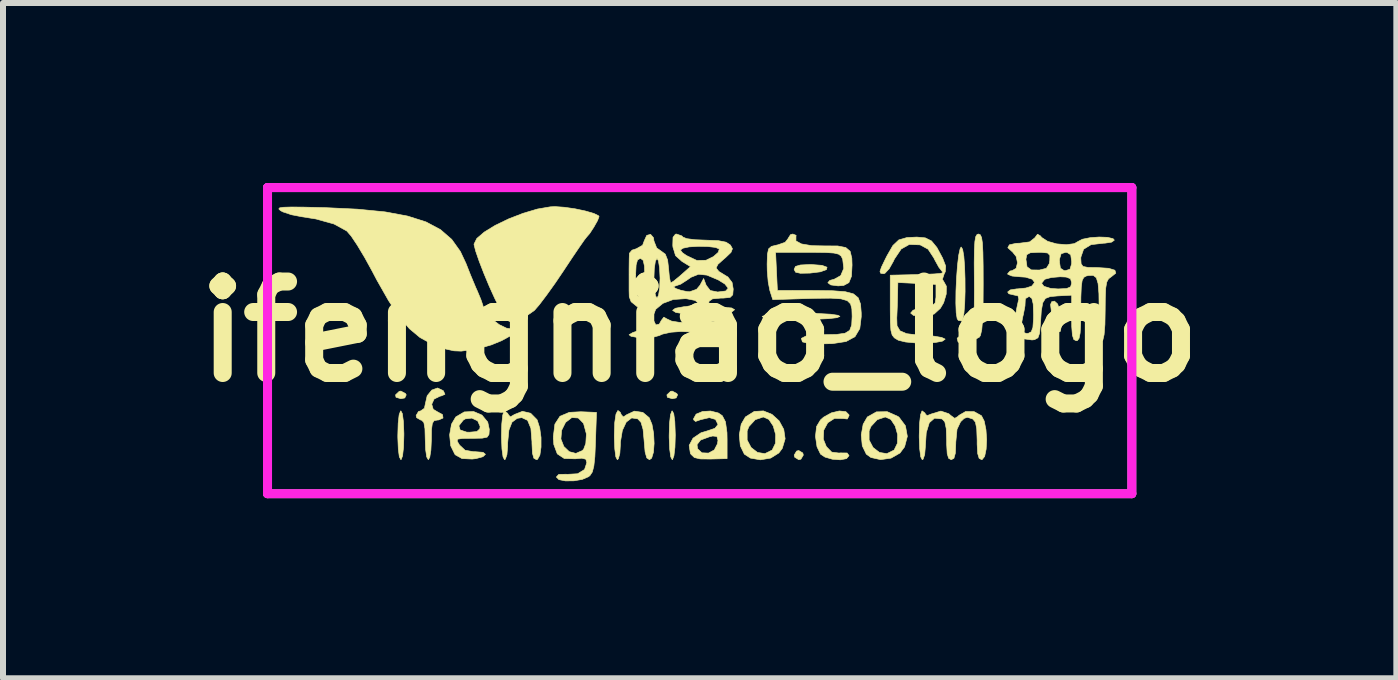
<source format=kicad_pcb>
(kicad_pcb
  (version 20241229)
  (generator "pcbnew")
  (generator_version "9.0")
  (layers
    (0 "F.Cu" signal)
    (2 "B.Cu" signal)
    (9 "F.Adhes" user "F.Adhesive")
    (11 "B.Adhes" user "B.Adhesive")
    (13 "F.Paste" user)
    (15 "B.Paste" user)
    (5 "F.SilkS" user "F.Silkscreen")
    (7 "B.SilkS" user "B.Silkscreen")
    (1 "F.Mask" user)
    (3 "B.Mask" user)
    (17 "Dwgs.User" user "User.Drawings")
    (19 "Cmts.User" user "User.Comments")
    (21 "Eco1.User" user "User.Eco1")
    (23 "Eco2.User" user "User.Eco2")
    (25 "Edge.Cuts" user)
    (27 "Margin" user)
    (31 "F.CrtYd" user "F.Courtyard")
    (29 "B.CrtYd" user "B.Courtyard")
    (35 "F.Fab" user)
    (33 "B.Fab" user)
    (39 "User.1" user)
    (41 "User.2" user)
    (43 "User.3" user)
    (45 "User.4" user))
  (footprint "ifengniao_logo"
    (layer "F.Cu")
    (at 8.607 2.475)
    (property "Reference" "ifengniao_logo" (at 0 0 0) (layer "F.SilkS") (effects (font (size 1.524 1.524) (thickness 0.3))))
    (attr through_hole)
    (fp_poly (pts (xy -4.902 1.031) (xy -4.889 1.054) (xy -4.913 1.105) (xy -4.978 1.118) (xy -5.059 1.094) (xy -5.067 1.054) (xy -5.005 0.995) (xy -4.978 0.991) (xy -4.902 1.031)) (stroke (width 0.01) (type solid)) (fill yes) (layer "F.SilkS"))
    (fp_poly (pts (xy -0.381 1.031) (xy -0.368 1.054) (xy -0.392 1.105) (xy -0.457 1.118) (xy -0.538 1.094) (xy -0.546 1.054) (xy -0.484 0.995) (xy -0.457 0.991) (xy -0.381 1.031)) (stroke (width 0.01) (type solid)) (fill yes) (layer "F.SilkS"))
    (fp_poly (pts (xy 1.718 2.022) (xy 1.727 2.057) (xy 1.687 2.125) (xy 1.651 2.134) (xy 1.584 2.093) (xy 1.575 2.057) (xy 1.615 1.99) (xy 1.651 1.981) (xy 1.718 2.022)) (stroke (width 0.01) (type solid)) (fill yes) (layer "F.SilkS"))
    (fp_poly (pts (xy 5.965 -0.459) (xy 6.005 -0.321) (xy 6.013 -0.27) (xy 6.025 -0.1) (xy 6.01 -0.005) (xy 5.975 0.007) (xy 5.93 -0.071) (xy 5.9 -0.172) (xy 5.858 -0.35) (xy 5.846 -0.452) (xy 5.865 -0.498) (xy 5.911 -0.508) (xy 5.965 -0.459)) (stroke (width 0.01) (type solid)) (fill yes) (layer "F.SilkS"))
    (fp_poly (pts (xy 2.038 -1.104) (xy 2.122 -1.073) (xy 2.112 -1.033) (xy 2.01 -0.996) (xy 1.838 -0.975) (xy 1.679 -0.972) (xy 1.598 -0.99) (xy 1.575 -1.034) (xy 1.575 -1.039) (xy 1.597 -1.086) (xy 1.678 -1.11) (xy 1.838 -1.118) (xy 1.858 -1.118) (xy 2.038 -1.104)) (stroke (width 0.01) (type solid)) (fill yes) (layer "F.SilkS"))
    (fp_poly (pts (xy -4.953 1.368) (xy -4.936 1.498) (xy -4.928 1.691) (xy -4.928 1.727) (xy -4.934 1.928) (xy -4.95 2.07) (xy -4.974 2.132) (xy -4.978 2.134) (xy -5.004 2.086) (xy -5.021 1.956) (xy -5.029 1.764) (xy -5.029 1.727) (xy -5.023 1.526) (xy -5.007 1.385) (xy -4.983 1.322) (xy -4.978 1.321) (xy -4.953 1.368)) (stroke (width 0.01) (type solid)) (fill yes) (layer "F.SilkS"))
    (fp_poly (pts (xy -0.432 1.368) (xy -0.414 1.498) (xy -0.407 1.691) (xy -0.406 1.727) (xy -0.412 1.928) (xy -0.429 2.07) (xy -0.453 2.132) (xy -0.457 2.134) (xy -0.482 2.086) (xy -0.5 1.956) (xy -0.508 1.764) (xy -0.508 1.727) (xy -0.502 1.526) (xy -0.486 1.385) (xy -0.462 1.322) (xy -0.457 1.321) (xy -0.432 1.368)) (stroke (width 0.01) (type solid)) (fill yes) (layer "F.SilkS"))
    (fp_poly (pts (xy 1.979 -0.301) (xy 2.183 -0.29) (xy 2.305 -0.272) (xy 2.337 -0.254) (xy 2.288 -0.232) (xy 2.148 -0.216) (xy 1.927 -0.206) (xy 1.673 -0.203) (xy 1.378 -0.207) (xy 1.172 -0.218) (xy 1.06 -0.235) (xy 1.041 -0.254) (xy 1.103 -0.275) (xy 1.249 -0.291) (xy 1.463 -0.301) (xy 1.705 -0.305) (xy 1.979 -0.301)) (stroke (width 0.01) (type solid)) (fill yes) (layer "F.SilkS"))
    (fp_poly (pts (xy 4.381 -1.372) (xy 4.401 -1.256) (xy 4.414 -1.085) (xy 4.421 -0.881) (xy 4.422 -0.668) (xy 4.416 -0.468) (xy 4.403 -0.305) (xy 4.383 -0.201) (xy 4.368 -0.178) (xy 4.309 -0.187) (xy 4.29 -0.216) (xy 4.274 -0.313) (xy 4.268 -0.475) (xy 4.27 -0.676) (xy 4.28 -0.892) (xy 4.295 -1.097) (xy 4.315 -1.269) (xy 4.339 -1.38) (xy 4.356 -1.41) (xy 4.381 -1.372)) (stroke (width 0.01) (type solid)) (fill yes) (layer "F.SilkS"))
    (fp_poly (pts (xy 2.435 1.333) (xy 2.488 1.386) (xy 2.489 1.4) (xy 2.46 1.456) (xy 2.39 1.448) (xy 2.246 1.446) (xy 2.134 1.518) (xy 2.067 1.642) (xy 2.06 1.791) (xy 2.11 1.915) (xy 2.2 2.008) (xy 2.321 2.023) (xy 2.341 2.021) (xy 2.457 2.022) (xy 2.489 2.066) (xy 2.447 2.116) (xy 2.343 2.136) (xy 2.211 2.126) (xy 2.087 2.09) (xy 2.014 2.041) (xy 1.955 1.919) (xy 1.93 1.748) (xy 1.93 1.74) (xy 1.948 1.58) (xy 2.013 1.472) (xy 2.064 1.426) (xy 2.193 1.354) (xy 2.326 1.322) (xy 2.435 1.333)) (stroke (width 0.01) (type solid)) (fill yes) (layer "F.SilkS"))
    (fp_poly (pts (xy 4.676 -1.613) (xy 4.697 -1.567) (xy 4.711 -1.474) (xy 4.719 -1.319) (xy 4.723 -1.09) (xy 4.724 -0.794) (xy 4.722 -0.452) (xy 4.714 -0.201) (xy 4.7 -0.033) (xy 4.678 0.063) (xy 4.661 0.091) (xy 4.559 0.147) (xy 4.434 0.182) (xy 4.332 0.186) (xy 4.305 0.173) (xy 4.29 0.11) (xy 4.351 0.062) (xy 4.42 0.051) (xy 4.517 0.024) (xy 4.55 -0.005) (xy 4.561 -0.073) (xy 4.57 -0.223) (xy 4.575 -0.437) (xy 4.577 -0.696) (xy 4.576 -0.843) (xy 4.574 -1.145) (xy 4.577 -1.359) (xy 4.585 -1.5) (xy 4.599 -1.581) (xy 4.622 -1.619) (xy 4.646 -1.626) (xy 4.676 -1.613)) (stroke (width 0.01) (type solid)) (fill yes) (layer "F.SilkS"))
    (fp_poly (pts (xy 1.205 1.379) (xy 1.323 1.486) (xy 1.401 1.628) (xy 1.424 1.786) (xy 1.376 1.946) (xy 1.319 2.022) (xy 1.183 2.107) (xy 1.011 2.136) (xy 0.845 2.107) (xy 0.744 2.041) (xy 0.677 1.902) (xy 0.66 1.721) (xy 0.672 1.655) (xy 0.791 1.655) (xy 0.791 1.806) (xy 0.857 1.931) (xy 0.963 2.013) (xy 1.087 2.033) (xy 1.206 1.974) (xy 1.209 1.971) (xy 1.263 1.86) (xy 1.266 1.716) (xy 1.226 1.573) (xy 1.153 1.463) (xy 1.06 1.422) (xy 0.926 1.467) (xy 0.821 1.581) (xy 0.791 1.655) (xy 0.672 1.655) (xy 0.692 1.543) (xy 0.762 1.422) (xy 0.909 1.33) (xy 1.062 1.321) (xy 1.205 1.379)) (stroke (width 0.01) (type solid)) (fill yes) (layer "F.SilkS"))
    (fp_poly (pts (xy 3.303 1.413) (xy 3.321 1.426) (xy 3.428 1.569) (xy 3.46 1.745) (xy 3.414 1.92) (xy 3.337 2.023) (xy 3.188 2.108) (xy 3.014 2.133) (xy 2.853 2.097) (xy 2.776 2.041) (xy 2.709 1.902) (xy 2.692 1.721) (xy 2.704 1.655) (xy 2.823 1.655) (xy 2.823 1.806) (xy 2.889 1.931) (xy 2.995 2.013) (xy 3.119 2.033) (xy 3.238 1.974) (xy 3.241 1.971) (xy 3.295 1.86) (xy 3.298 1.716) (xy 3.258 1.573) (xy 3.185 1.463) (xy 3.092 1.422) (xy 2.958 1.467) (xy 2.853 1.581) (xy 2.823 1.655) (xy 2.704 1.655) (xy 2.724 1.543) (xy 2.794 1.422) (xy 2.945 1.337) (xy 3.125 1.334) (xy 3.303 1.413)) (stroke (width 0.01) (type solid)) (fill yes) (layer "F.SilkS"))
    (fp_poly (pts (xy -1.323 1.344) (xy -1.306 1.384) (xy -1.272 1.422) (xy -1.215 1.384) (xy -1.088 1.325) (xy -0.947 1.346) (xy -0.841 1.434) (xy -0.795 1.544) (xy -0.767 1.697) (xy -0.759 1.862) (xy -0.77 2.009) (xy -0.8 2.108) (xy -0.836 2.134) (xy -0.881 2.104) (xy -0.909 2.006) (xy -0.925 1.822) (xy -0.925 1.821) (xy -0.943 1.628) (xy -0.977 1.512) (xy -1.032 1.453) (xy -1.133 1.438) (xy -1.223 1.507) (xy -1.288 1.646) (xy -1.32 1.837) (xy -1.321 1.885) (xy -1.33 2.028) (xy -1.354 2.118) (xy -1.372 2.134) (xy -1.397 2.086) (xy -1.414 1.956) (xy -1.422 1.764) (xy -1.422 1.727) (xy -1.415 1.514) (xy -1.394 1.373) (xy -1.362 1.314) (xy -1.323 1.344)) (stroke (width 0.01) (type solid)) (fill yes) (layer "F.SilkS"))
    (fp_poly (pts (xy -4.275 0.982) (xy -4.268 0.99) (xy -4.244 1.045) (xy -4.307 1.072) (xy -4.328 1.076) (xy -4.425 1.124) (xy -4.464 1.21) (xy -4.439 1.294) (xy -4.371 1.335) (xy -4.284 1.383) (xy -4.276 1.44) (xy -4.349 1.472) (xy -4.369 1.473) (xy -4.424 1.483) (xy -4.454 1.529) (xy -4.468 1.633) (xy -4.47 1.803) (xy -4.478 1.976) (xy -4.497 2.094) (xy -4.521 2.134) (xy -4.548 2.087) (xy -4.566 1.963) (xy -4.572 1.803) (xy -4.577 1.618) (xy -4.595 1.515) (xy -4.631 1.476) (xy -4.648 1.473) (xy -4.716 1.433) (xy -4.724 1.397) (xy -4.684 1.33) (xy -4.648 1.321) (xy -4.586 1.277) (xy -4.571 1.206) (xy -4.54 1.069) (xy -4.463 0.974) (xy -4.367 0.939) (xy -4.275 0.982)) (stroke (width 0.01) (type solid)) (fill yes) (layer "F.SilkS"))
    (fp_poly (pts (xy -3.199 1.361) (xy -3.187 1.384) (xy -3.154 1.421) (xy -3.084 1.38) (xy -2.952 1.328) (xy -2.816 1.36) (xy -2.711 1.466) (xy -2.707 1.473) (xy -2.665 1.604) (xy -2.643 1.764) (xy -2.643 1.925) (xy -2.662 2.057) (xy -2.701 2.128) (xy -2.718 2.134) (xy -2.762 2.11) (xy -2.786 2.026) (xy -2.794 1.862) (xy -2.794 1.835) (xy -2.812 1.611) (xy -2.867 1.478) (xy -2.963 1.433) (xy -3.04 1.445) (xy -3.127 1.509) (xy -3.178 1.64) (xy -3.199 1.854) (xy -3.2 1.918) (xy -3.211 2.05) (xy -3.238 2.126) (xy -3.251 2.134) (xy -3.276 2.086) (xy -3.294 1.956) (xy -3.302 1.764) (xy -3.302 1.727) (xy -3.297 1.538) (xy -3.282 1.396) (xy -3.262 1.325) (xy -3.255 1.321) (xy -3.199 1.361)) (stroke (width 0.01) (type solid)) (fill yes) (layer "F.SilkS"))
    (fp_poly (pts (xy -2.254 -2.072) (xy -2.074 -2.046) (xy -1.901 -2.009) (xy -1.761 -1.968) (xy -1.684 -1.93) (xy -1.676 -1.917) (xy -1.702 -1.849) (xy -1.763 -1.741) (xy -1.832 -1.635) (xy -1.884 -1.575) (xy -1.923 -1.525) (xy -2.005 -1.407) (xy -2.119 -1.239) (xy -2.253 -1.037) (xy -2.26 -1.026) (xy -2.408 -0.807) (xy -2.552 -0.606) (xy -2.674 -0.445) (xy -2.754 -0.353) (xy -2.924 -0.234) (xy -3.092 -0.208) (xy -3.245 -0.278) (xy -3.286 -0.318) (xy -3.341 -0.405) (xy -3.417 -0.56) (xy -3.506 -0.757) (xy -3.595 -0.97) (xy -3.674 -1.174) (xy -3.732 -1.342) (xy -3.759 -1.448) (xy -3.759 -1.459) (xy -3.713 -1.552) (xy -3.588 -1.659) (xy -3.405 -1.771) (xy -3.183 -1.878) (xy -2.943 -1.971) (xy -2.705 -2.042) (xy -2.489 -2.079) (xy -2.411 -2.083) (xy -2.254 -2.072)) (stroke (width 0.01) (type solid)) (fill yes) (layer "F.SilkS"))
    (fp_poly (pts (xy 0.312 1.356) (xy 0.377 1.401) (xy 0.43 1.503) (xy 0.455 1.683) (xy 0.457 1.798) (xy 0.457 2.116) (xy 0.179 2.123) (xy 0.009 2.121) (xy -0.088 2.098) (xy -0.144 2.045) (xy -0.155 2.027) (xy -0.175 1.897) (xy -0.168 1.883) (xy -0.044 1.883) (xy -0.034 1.952) (xy 0.037 2.019) (xy 0.147 2.024) (xy 0.244 1.971) (xy 0.296 1.87) (xy 0.305 1.813) (xy 0.288 1.747) (xy 0.218 1.739) (xy 0.165 1.751) (xy 0.014 1.807) (xy -0.044 1.883) (xy -0.168 1.883) (xy -0.111 1.776) (xy 0.023 1.685) (xy 0.124 1.655) (xy 0.254 1.611) (xy 0.305 1.548) (xy 0.305 1.546) (xy 0.264 1.463) (xy 0.161 1.433) (xy 0.024 1.465) (xy 0.022 1.465) (xy -0.069 1.497) (xy -0.1 1.47) (xy -0.102 1.452) (xy -0.059 1.375) (xy 0.047 1.331) (xy 0.182 1.323) (xy 0.312 1.356)) (stroke (width 0.01) (type solid)) (fill yes) (layer "F.SilkS"))
    (fp_poly (pts (xy -3.627 1.391) (xy -3.531 1.507) (xy -3.505 1.628) (xy -3.51 1.713) (xy -3.541 1.758) (xy -3.622 1.775) (xy -3.779 1.778) (xy -3.791 1.778) (xy -3.952 1.78) (xy -4.029 1.791) (xy -4.041 1.823) (xy -4.005 1.884) (xy -3.999 1.892) (xy -3.909 1.976) (xy -3.77 2.001) (xy -3.737 2.001) (xy -3.609 2.011) (xy -3.569 2.044) (xy -3.611 2.084) (xy -3.727 2.116) (xy -3.791 2.123) (xy -3.96 2.115) (xy -4.069 2.054) (xy -4.079 2.043) (xy -4.148 1.902) (xy -4.166 1.72) (xy -4.139 1.569) (xy -4.012 1.569) (xy -3.99 1.639) (xy -3.88 1.675) (xy -3.835 1.676) (xy -3.712 1.665) (xy -3.663 1.62) (xy -3.658 1.578) (xy -3.699 1.487) (xy -3.796 1.441) (xy -3.906 1.454) (xy -3.939 1.475) (xy -4.012 1.569) (xy -4.139 1.569) (xy -4.134 1.541) (xy -4.064 1.422) (xy -3.922 1.338) (xy -3.767 1.331) (xy -3.627 1.391)) (stroke (width 0.01) (type solid)) (fill yes) (layer "F.SilkS"))
    (fp_poly (pts (xy -1.719 1.346) (xy -1.736 1.846) (xy -1.746 2.083) (xy -1.763 2.24) (xy -1.788 2.338) (xy -1.827 2.397) (xy -1.851 2.417) (xy -1.956 2.462) (xy -2.096 2.486) (xy -2.237 2.487) (xy -2.345 2.466) (xy -2.388 2.423) (xy -2.348 2.379) (xy -2.224 2.376) (xy -2.209 2.378) (xy -2.033 2.368) (xy -1.918 2.297) (xy -1.88 2.183) (xy -1.896 2.126) (xy -1.963 2.109) (xy -2.074 2.119) (xy -2.256 2.114) (xy -2.372 2.037) (xy -2.43 1.882) (xy -2.436 1.789) (xy -2.312 1.789) (xy -2.263 1.914) (xy -2.173 2) (xy -2.064 2.029) (xy -1.956 1.983) (xy -1.933 1.959) (xy -1.897 1.863) (xy -1.888 1.721) (xy -1.889 1.698) (xy -1.935 1.528) (xy -2.023 1.439) (xy -2.13 1.432) (xy -2.234 1.512) (xy -2.3 1.644) (xy -2.312 1.789) (xy -2.436 1.789) (xy -2.438 1.749) (xy -2.412 1.541) (xy -2.327 1.41) (xy -2.172 1.345) (xy -1.979 1.335) (xy -1.719 1.346)) (stroke (width 0.01) (type solid)) (fill yes) (layer "F.SilkS"))
    (fp_poly (pts (xy -6.594 -2.074) (xy -6.299 -2.067) (xy -6.248 -2.066) (xy -5.699 -2.04) (xy -5.241 -1.995) (xy -4.865 -1.925) (xy -4.56 -1.828) (xy -4.319 -1.7) (xy -4.131 -1.537) (xy -3.987 -1.335) (xy -3.893 -1.135) (xy -3.815 -0.937) (xy -3.73 -0.734) (xy -3.703 -0.674) (xy -3.645 -0.535) (xy -3.611 -0.435) (xy -3.607 -0.412) (xy -3.566 -0.322) (xy -3.467 -0.214) (xy -3.341 -0.117) (xy -3.22 -0.058) (xy -3.177 -0.051) (xy -3.087 -0.035) (xy -3.074 0.000361) (xy -3.154 0.071) (xy -3.298 0.15) (xy -3.471 0.221) (xy -3.607 0.26) (xy -3.822 0.305) (xy -3.973 0.325) (xy -4.094 0.32) (xy -4.217 0.293) (xy -4.242 0.286) (xy -4.466 0.205) (xy -4.66 0.098) (xy -4.836 -0.049) (xy -5.006 -0.249) (xy -5.182 -0.514) (xy -5.377 -0.857) (xy -5.457 -1.009) (xy -5.582 -1.236) (xy -5.703 -1.438) (xy -5.806 -1.592) (xy -5.879 -1.676) (xy -5.88 -1.677) (xy -6.092 -1.793) (xy -6.394 -1.877) (xy -6.629 -1.914) (xy -6.8 -1.947) (xy -6.942 -1.994) (xy -6.985 -2.017) (xy -7.012 -2.044) (xy -6.998 -2.062) (xy -6.932 -2.072) (xy -6.801 -2.076) (xy -6.594 -2.074)) (stroke (width 0.01) (type solid)) (fill yes) (layer "F.SilkS"))
    (fp_poly (pts (xy 3.757 1.36) (xy 3.759 1.373) (xy 3.79 1.4) (xy 3.857 1.373) (xy 4.019 1.324) (xy 4.151 1.368) (xy 4.182 1.396) (xy 4.25 1.445) (xy 4.305 1.412) (xy 4.319 1.396) (xy 4.431 1.331) (xy 4.572 1.333) (xy 4.695 1.401) (xy 4.741 1.491) (xy 4.77 1.635) (xy 4.781 1.8) (xy 4.773 1.958) (xy 4.748 2.079) (xy 4.705 2.133) (xy 4.699 2.134) (xy 4.656 2.111) (xy 4.632 2.032) (xy 4.623 1.876) (xy 4.623 1.809) (xy 4.616 1.618) (xy 4.594 1.508) (xy 4.551 1.457) (xy 4.542 1.453) (xy 4.46 1.427) (xy 4.406 1.446) (xy 4.347 1.502) (xy 4.288 1.626) (xy 4.267 1.843) (xy 4.267 1.858) (xy 4.26 2.025) (xy 4.236 2.111) (xy 4.191 2.134) (xy 4.148 2.111) (xy 4.124 2.032) (xy 4.115 1.876) (xy 4.115 1.809) (xy 4.108 1.615) (xy 4.084 1.503) (xy 4.039 1.455) (xy 4.039 1.455) (xy 3.913 1.442) (xy 3.826 1.518) (xy 3.775 1.684) (xy 3.76 1.918) (xy 3.749 2.05) (xy 3.722 2.126) (xy 3.708 2.134) (xy 3.683 2.086) (xy 3.666 1.956) (xy 3.658 1.764) (xy 3.658 1.727) (xy 3.664 1.526) (xy 3.68 1.385) (xy 3.704 1.322) (xy 3.708 1.321) (xy 3.757 1.36)) (stroke (width 0.01) (type solid)) (fill yes) (layer "F.SilkS"))
    (fp_poly (pts (xy 1.607 -1.604) (xy 1.604 -1.581) (xy 1.604 -1.511) (xy 1.696 -1.461) (xy 1.869 -1.432) (xy 2.083 -1.428) (xy 2.3 -1.427) (xy 2.434 -1.401) (xy 2.507 -1.338) (xy 2.535 -1.223) (xy 2.539 -1.109) (xy 2.529 -0.922) (xy 2.486 -0.816) (xy 2.399 -0.769) (xy 2.306 -0.762) (xy 2.185 -0.778) (xy 2.135 -0.814) (xy 2.168 -0.853) (xy 2.242 -0.873) (xy 2.35 -0.933) (xy 2.401 -1.054) (xy 2.383 -1.205) (xy 2.383 -1.206) (xy 2.358 -1.257) (xy 2.316 -1.29) (xy 2.238 -1.309) (xy 2.103 -1.318) (xy 1.894 -1.321) (xy 1.803 -1.321) (xy 1.265 -1.321) (xy 1.28 -1.003) (xy 1.295 -0.686) (xy 1.923 -0.685) (xy 2.217 -0.681) (xy 2.426 -0.665) (xy 2.562 -0.629) (xy 2.642 -0.563) (xy 2.68 -0.46) (xy 2.692 -0.311) (xy 2.692 -0.248) (xy 2.668 -0.051) (xy 2.588 0.084) (xy 2.439 0.165) (xy 2.212 0.2) (xy 2.084 0.203) (xy 1.907 0.199) (xy 1.773 0.187) (xy 1.712 0.171) (xy 1.694 0.112) (xy 1.773 0.073) (xy 1.947 0.053) (xy 2.056 0.051) (xy 2.28 0.047) (xy 2.422 0.027) (xy 2.5 -0.021) (xy 2.533 -0.11) (xy 2.54 -0.25) (xy 2.54 -0.258) (xy 2.536 -0.378) (xy 2.514 -0.462) (xy 2.459 -0.516) (xy 2.355 -0.546) (xy 2.189 -0.557) (xy 1.946 -0.555) (xy 1.76 -0.55) (xy 1.218 -0.533) (xy 1.169 -0.686) (xy 1.142 -0.825) (xy 1.126 -1.012) (xy 1.124 -1.126) (xy 1.129 -1.289) (xy 1.148 -1.378) (xy 1.196 -1.42) (xy 1.289 -1.443) (xy 1.301 -1.445) (xy 1.424 -1.488) (xy 1.473 -1.549) (xy 1.473 -1.552) (xy 1.514 -1.616) (xy 1.552 -1.626) (xy 1.607 -1.604)) (stroke (width 0.01) (type solid)) (fill yes) (layer "F.SilkS"))
    (fp_poly (pts (xy 3.759 -1.562) (xy 3.862 -1.511) (xy 3.952 -1.402) (xy 4.047 -1.226) (xy 4.099 -1.092) (xy 4.092 -0.997) (xy 4.074 -0.962) (xy 4.044 -0.87) (xy 4.065 -0.838) (xy 4.11 -0.757) (xy 4.108 -0.626) (xy 4.065 -0.481) (xy 4.01 -0.388) (xy 3.906 -0.293) (xy 3.772 -0.257) (xy 3.7 -0.254) (xy 3.562 -0.27) (xy 3.515 -0.309) (xy 3.555 -0.356) (xy 3.679 -0.397) (xy 3.738 -0.406) (xy 3.866 -0.43) (xy 3.923 -0.475) (xy 3.937 -0.573) (xy 3.937 -0.61) (xy 3.937 -0.787) (xy 3.619 -0.803) (xy 3.302 -0.818) (xy 3.297 -0.574) (xy 3.292 -0.406) (xy 3.286 -0.266) (xy 3.284 -0.229) (xy 3.288 -0.098) (xy 3.337 -0.014) (xy 3.447 0.034) (xy 3.635 0.057) (xy 3.722 0.061) (xy 3.9 0.075) (xy 4.031 0.097) (xy 4.089 0.124) (xy 4.089 0.127) (xy 4.044 0.159) (xy 3.926 0.181) (xy 3.765 0.19) (xy 3.591 0.188) (xy 3.431 0.173) (xy 3.315 0.145) (xy 3.302 0.139) (xy 3.244 0.104) (xy 3.207 0.057) (xy 3.186 -0.022) (xy 3.177 -0.155) (xy 3.175 -0.363) (xy 3.175 -0.433) (xy 3.175 -0.94) (xy 3.48 -0.947) (xy 3.738 -0.954) (xy 3.909 -0.961) (xy 4.008 -0.969) (xy 4.05 -0.98) (xy 4.048 -0.996) (xy 4.039 -1.004) (xy 3.986 -1.071) (xy 3.919 -1.192) (xy 3.902 -1.227) (xy 3.806 -1.373) (xy 3.678 -1.443) (xy 3.664 -1.446) (xy 3.492 -1.452) (xy 3.357 -1.376) (xy 3.245 -1.21) (xy 3.227 -1.171) (xy 3.157 -1.047) (xy 3.088 -0.973) (xy 3.066 -0.965) (xy 3.017 -0.971) (xy 3.004 -1.002) (xy 3.03 -1.077) (xy 3.098 -1.218) (xy 3.122 -1.265) (xy 3.219 -1.434) (xy 3.318 -1.528) (xy 3.452 -1.567) (xy 3.618 -1.575) (xy 3.759 -1.562)) (stroke (width 0.01) (type solid)) (fill yes) (layer "F.SilkS"))
    (fp_poly (pts (xy 5.676 -1.596) (xy 5.699 -1.568) (xy 5.798 -1.504) (xy 5.947 -1.462) (xy 6.109 -1.448) (xy 6.243 -1.466) (xy 6.301 -1.5) (xy 6.376 -1.539) (xy 6.505 -1.565) (xy 6.655 -1.576) (xy 6.793 -1.571) (xy 6.887 -1.549) (xy 6.909 -1.524) (xy 6.864 -1.491) (xy 6.754 -1.474) (xy 6.728 -1.473) (xy 6.521 -1.449) (xy 6.397 -1.373) (xy 6.351 -1.241) (xy 6.35 -1.217) (xy 6.355 -1.131) (xy 6.386 -1.086) (xy 6.47 -1.069) (xy 6.626 -1.067) (xy 6.814 -1.055) (xy 6.918 -1.023) (xy 6.933 -0.974) (xy 6.859 -0.915) (xy 6.812 -0.88) (xy 6.782 -0.824) (xy 6.765 -0.725) (xy 6.758 -0.562) (xy 6.756 -0.354) (xy 6.752 -0.118) (xy 6.738 0.052) (xy 6.717 0.142) (xy 6.706 0.152) (xy 6.682 0.104) (xy 6.665 -0.032) (xy 6.656 -0.242) (xy 6.655 -0.377) (xy 6.652 -0.632) (xy 6.638 -0.801) (xy 6.609 -0.897) (xy 6.558 -0.937) (xy 6.479 -0.935) (xy 6.439 -0.926) (xy 6.399 -0.903) (xy 6.372 -0.849) (xy 6.358 -0.745) (xy 6.351 -0.573) (xy 6.35 -0.375) (xy 6.348 -0.133) (xy 6.339 0.024) (xy 6.321 0.112) (xy 6.293 0.149) (xy 6.274 0.152) (xy 6.234 0.132) (xy 6.21 0.06) (xy 6.199 -0.083) (xy 6.198 -0.227) (xy 6.198 -0.607) (xy 5.967 -0.595) (xy 5.841 -0.584) (xy 5.761 -0.553) (xy 5.716 -0.48) (xy 5.692 -0.347) (xy 5.678 -0.132) (xy 5.677 -0.127) (xy 5.664 0.025) (xy 5.636 0.103) (xy 5.579 0.134) (xy 5.537 0.139) (xy 5.399 0.12) (xy 5.315 0.078) (xy 5.258 0.015) (xy 5.24 -0.077) (xy 5.241 -0.082) (xy 5.352 -0.082) (xy 5.371 0.007) (xy 5.447 0.031) (xy 5.474 0.029) (xy 5.525 0.003) (xy 5.552 -0.069) (xy 5.562 -0.211) (xy 5.563 -0.284) (xy 5.557 -0.46) (xy 5.535 -0.553) (xy 5.494 -0.584) (xy 5.486 -0.584) (xy 5.427 -0.55) (xy 5.424 -0.517) (xy 5.42 -0.428) (xy 5.394 -0.29) (xy 5.384 -0.25) (xy 5.352 -0.082) (xy 5.241 -0.082) (xy 5.256 -0.232) (xy 5.256 -0.232) (xy 5.283 -0.39) (xy 5.309 -0.51) (xy 5.318 -0.54) (xy 5.303 -0.597) (xy 5.238 -0.61) (xy 5.152 -0.63) (xy 5.131 -0.66) (xy 5.175 -0.695) (xy 5.283 -0.712) (xy 5.296 -0.712) (xy 5.433 -0.726) (xy 5.531 -0.757) (xy 5.571 -0.807) (xy 5.697 -0.807) (xy 5.735 -0.755) (xy 5.848 -0.72) (xy 5.972 -0.711) (xy 6.114 -0.718) (xy 6.18 -0.746) (xy 6.198 -0.808) (xy 6.198 -0.813) (xy 6.179 -0.881) (xy 6.107 -0.909) (xy 6.007 -0.914) (xy 5.862 -0.902) (xy 5.756 -0.874) (xy 5.747 -0.869) (xy 5.697 -0.807) (xy 5.571 -0.807) (xy 5.58 -0.819) (xy 5.541 -0.873) (xy 5.431 -0.907) (xy 5.331 -0.914) (xy 5.205 -0.926) (xy 5.135 -0.954) (xy 5.131 -0.965) (xy 5.172 -1.01) (xy 5.207 -1.016) (xy 5.273 -1.055) (xy 5.295 -1.147) (xy 5.284 -1.202) (xy 5.436 -1.202) (xy 5.454 -1.08) (xy 5.526 -1.028) (xy 5.662 -1.026) (xy 5.777 -1.055) (xy 5.825 -1.133) (xy 5.831 -1.168) (xy 5.994 -1.168) (xy 6.01 -1.057) (xy 6.07 -1.018) (xy 6.096 -1.016) (xy 6.17 -1.04) (xy 6.197 -1.129) (xy 6.198 -1.168) (xy 6.182 -1.28) (xy 6.122 -1.319) (xy 6.096 -1.321) (xy 6.022 -1.297) (xy 5.995 -1.208) (xy 5.994 -1.168) (xy 5.831 -1.168) (xy 5.833 -1.181) (xy 5.835 -1.27) (xy 5.797 -1.31) (xy 5.692 -1.321) (xy 5.642 -1.321) (xy 5.509 -1.314) (xy 5.45 -1.282) (xy 5.436 -1.209) (xy 5.436 -1.202) (xy 5.284 -1.202) (xy 5.273 -1.252) (xy 5.208 -1.333) (xy 5.202 -1.336) (xy 5.134 -1.398) (xy 5.16 -1.446) (xy 5.272 -1.471) (xy 5.331 -1.473) (xy 5.498 -1.495) (xy 5.583 -1.562) (xy 5.629 -1.623) (xy 5.676 -1.596)) (stroke (width 0.01) (type solid)) (fill yes) (layer "F.SilkS"))
    (fp_poly (pts (xy -0.298 -1.595) (xy -0.279 -1.575) (xy -0.216 -1.549) (xy -0.081 -1.531) (xy 0.098 -1.524) (xy 0.098 -1.524) (xy 0.309 -1.516) (xy 0.44 -1.49) (xy 0.513 -1.442) (xy 0.513 -1.441) (xy 0.546 -1.381) (xy 0.522 -1.32) (xy 0.43 -1.232) (xy 0.405 -1.211) (xy 0.304 -1.121) (xy 0.274 -1.06) (xy 0.32 -1.002) (xy 0.449 -0.923) (xy 0.47 -0.911) (xy 0.54 -0.819) (xy 0.559 -0.709) (xy 0.551 -0.613) (xy 0.507 -0.57) (xy 0.398 -0.559) (xy 0.356 -0.559) (xy 0.214 -0.546) (xy 0.156 -0.505) (xy 0.152 -0.483) (xy 0.181 -0.433) (xy 0.28 -0.41) (xy 0.391 -0.406) (xy 0.534 -0.394) (xy 0.582 -0.365) (xy 0.539 -0.331) (xy 0.407 -0.301) (xy 0.36 -0.296) (xy 0.216 -0.265) (xy 0.162 -0.218) (xy 0.199 -0.175) (xy 0.327 -0.153) (xy 0.351 -0.152) (xy 0.494 -0.14) (xy 0.554 -0.1) (xy 0.559 -0.076) (xy 0.526 -0.023) (xy 0.415 -0.001) (xy 0.354 0) (xy 0.191 0.02) (xy 0.12 0.076) (xy 0.07 0.143) (xy 0.045 0.152) (xy 0.005 0.111) (xy 0 0.076) (xy -0.045 0.032) (xy -0.16 0.005) (xy -0.314 -0.002) (xy -0.477 0.01) (xy -0.618 0.041) (xy -0.675 0.066) (xy -0.835 0.109) (xy -1.016 0.101) (xy -1.143 0.078) (xy -1.176 0.052) (xy -1.113 0.015) (xy -0.978 -0.029) (xy -0.933 -0.087) (xy -0.914 -0.202) (xy -0.914 -0.203) (xy -0.924 -0.25) (xy -0.781 -0.25) (xy -0.775 -0.198) (xy -0.73 -0.112) (xy -0.673 -0.125) (xy -0.639 -0.186) (xy -0.597 -0.241) (xy -0.547 -0.212) (xy -0.468 -0.175) (xy -0.343 -0.155) (xy -0.204 -0.152) (xy -0.085 -0.165) (xy -0.017 -0.195) (xy -0.012 -0.216) (xy -0.072 -0.259) (xy -0.195 -0.29) (xy -0.245 -0.295) (xy -0.397 -0.319) (xy -0.451 -0.354) (xy -0.405 -0.389) (xy -0.262 -0.415) (xy -0.241 -0.416) (xy -0.088 -0.441) (xy -0.032 -0.48) (xy -0.074 -0.519) (xy -0.214 -0.547) (xy -0.239 -0.549) (xy -0.44 -0.535) (xy -0.612 -0.471) (xy -0.732 -0.372) (xy -0.781 -0.25) (xy -0.924 -0.25) (xy -0.941 -0.335) (xy -1.036 -0.413) (xy -1.041 -0.416) (xy -1.142 -0.498) (xy -1.173 -0.58) (xy -1.176 -0.687) (xy -1.176 -0.855) (xy -1.176 -0.923) (xy -1.067 -0.923) (xy -1.062 -0.758) (xy -1.048 -0.637) (xy -1.034 -0.594) (xy -0.976 -0.576) (xy -0.936 -0.654) (xy -0.916 -0.823) (xy -0.915 -0.889) (xy -0.762 -0.889) (xy -0.755 -0.716) (xy -0.736 -0.598) (xy -0.711 -0.559) (xy -0.685 -0.605) (xy -0.666 -0.729) (xy -0.666 -0.745) (xy -0.437 -0.745) (xy -0.396 -0.717) (xy -0.311 -0.688) (xy -0.209 -0.667) (xy -0.167 -0.664) (xy -0.051 -0.705) (xy 0.006 -0.773) (xy 0.066 -0.885) (xy 0.108 -0.773) (xy 0.176 -0.685) (xy 0.3 -0.66) (xy 0.435 -0.677) (xy 0.475 -0.724) (xy 0.419 -0.794) (xy 0.309 -0.862) (xy 0.122 -0.941) (xy -0.018 -0.956) (xy -0.145 -0.905) (xy -0.203 -0.864) (xy -0.316 -0.791) (xy -0.406 -0.76) (xy -0.437 -0.745) (xy -0.666 -0.745) (xy -0.66 -0.889) (xy -0.668 -1.062) (xy -0.687 -1.18) (xy -0.711 -1.219) (xy -0.738 -1.173) (xy -0.756 -1.049) (xy -0.762 -0.889) (xy -0.915 -0.889) (xy -0.914 -0.917) (xy -0.92 -1.093) (xy -0.941 -1.187) (xy -0.983 -1.219) (xy -0.991 -1.219) (xy -1.035 -1.195) (xy -1.059 -1.111) (xy -1.067 -0.946) (xy -1.067 -0.923) (xy -1.176 -0.923) (xy -1.176 -1.043) (xy -1.174 -1.21) (xy -1.171 -1.305) (xy -1.126 -1.358) (xy -1.054 -1.381) (xy -0.951 -1.439) (xy -0.924 -1.511) (xy -0.882 -1.603) (xy -0.818 -1.621) (xy -0.769 -1.564) (xy -0.762 -1.511) (xy -0.716 -1.394) (xy -0.648 -1.346) (xy -0.573 -1.291) (xy -0.534 -1.193) (xy -0.518 -1.054) (xy -0.505 -0.913) (xy -0.488 -0.826) (xy -0.479 -0.813) (xy -0.431 -0.843) (xy -0.337 -0.92) (xy -0.305 -0.948) (xy -0.153 -1.083) (xy -0.294 -1.169) (xy -0.402 -1.266) (xy -0.43 -1.36) (xy -0.321 -1.36) (xy -0.287 -1.314) (xy -0.219 -1.267) (xy -0.046 -1.185) (xy 0.106 -1.189) (xy 0.23 -1.25) (xy 0.31 -1.321) (xy 0.327 -1.377) (xy 0.263 -1.403) (xy 0.134 -1.418) (xy -0.023 -1.421) (xy -0.174 -1.412) (xy -0.278 -1.39) (xy -0.321 -1.36) (xy -0.43 -1.36) (xy -0.445 -1.407) (xy -0.448 -1.44) (xy -0.444 -1.572) (xy -0.404 -1.623) (xy -0.386 -1.626) (xy -0.298 -1.595)) (stroke (width 0.01) (type solid)) (fill yes) (layer "F.SilkS"))
    (fp_line (start -7.2 -2.4) (end 7.2 -2.4) (stroke (width 0.15) (type solid)) (layer "F.CrtYd"))
    (fp_line (start -7.2 2.7) (end -7.2 -2.4) (stroke (width 0.15) (type solid)) (layer "F.CrtYd"))
    (fp_line (start 7.2 -2.4) (end 7.2 2.7) (stroke (width 0.15) (type solid)) (layer "F.CrtYd"))
    (fp_line (start 7.2 2.7) (end -7.2 2.7) (stroke (width 0.15) (type solid)) (layer "F.CrtYd"))
    (fp_line (start -7.2 -2.4) (end 7.2 -2.4) (stroke (width 0.15) (type solid)) (layer "F.Fab"))
    (fp_line (start -7.2 2.7) (end -7.2 -2.4) (stroke (width 0.15) (type solid)) (layer "F.Fab"))
    (fp_line (start 7.2 -2.4) (end 7.2 2.7) (stroke (width 0.15) (type solid)) (layer "F.Fab"))
    (fp_line (start 7.2 2.7) (end -7.2 2.7) (stroke (width 0.15) (type solid)) (layer "F.Fab")))
  (gr_rect
    (start -3 -3)
    (end 20.214 8.25)
    (stroke (width 0.1) (type default))
    (fill no)
    (layer "Edge.Cuts")))
</source>
